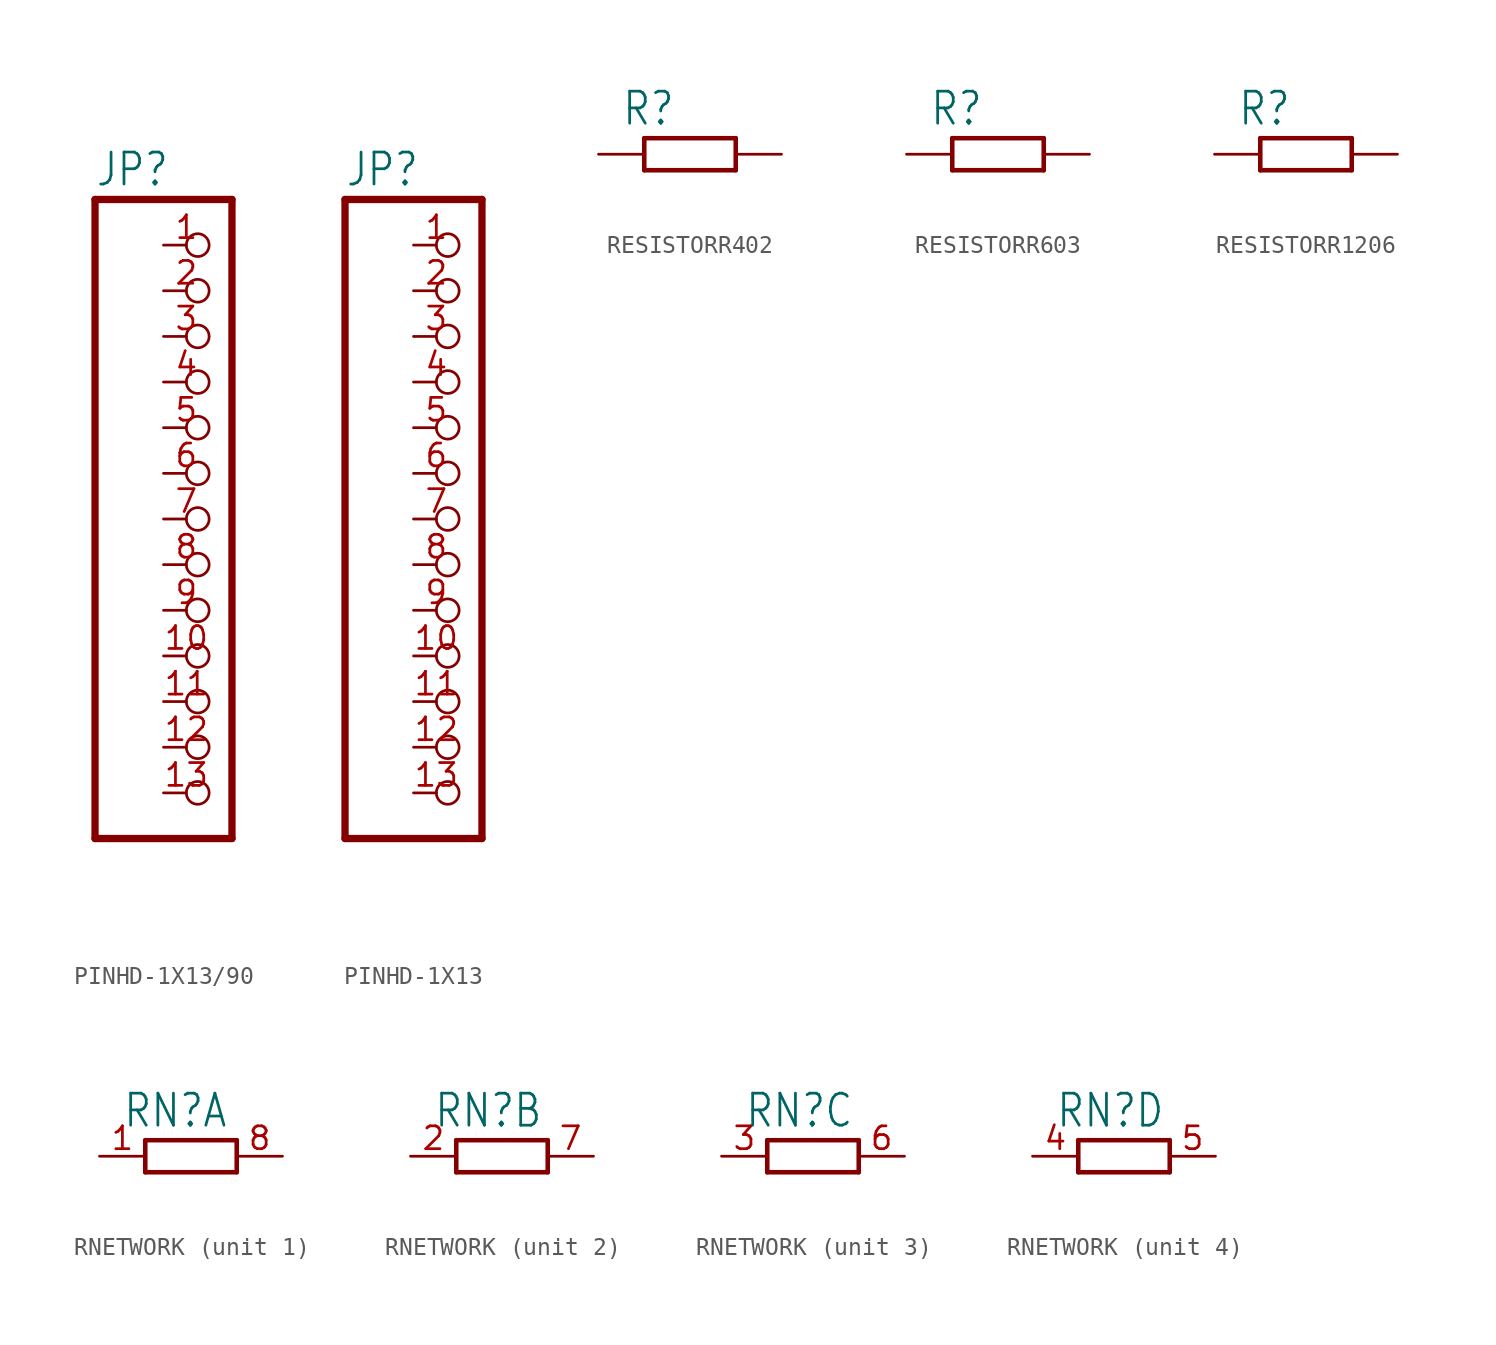
<source format=kicad_sym>
(kicad_symbol_lib
  (version 20220914)
  (generator kicad_symbol_editor)
  (symbol "PINHD-1X13/90"
    (property "Reference" "JP"
      (at -6.35 18.415 0)
      (effects (font (size 1.778 1.511)) (justify left bottom)))
    (property "Value" ""
      (at -6.35 -20.32 0)
      (effects (font (size 1.778 1.511)) (justify left bottom)))
    (property "ki_locked" ""
      (at 0 0 0)
      (effects (font (size 1.27 1.27))))
    (symbol "PINHD-1X13/90_1_0"
      (polyline (pts (xy -6.35 -17.78) (xy 1.27 -17.78)) (stroke (width 0.406) (type solid)) (fill (type none)))
      (polyline (pts (xy -6.35 17.78) (xy -6.35 -17.78)) (stroke (width 0.406) (type solid)) (fill (type none)))
      (polyline (pts (xy 1.27 -17.78) (xy 1.27 17.78)) (stroke (width 0.406) (type solid)) (fill (type none)))
      (polyline (pts (xy 1.27 17.78) (xy -6.35 17.78)) (stroke (width 0.406) (type solid)) (fill (type none)))
      (pin passive inverted (at -2.54 15.24 0) (length 2.54) (name "1" (effects (font (size 0 0)))) (number "1" (effects (font (size 1.27 1.27)))))
      (pin passive inverted (at -2.54 -7.62 0) (length 2.54) (name "10" (effects (font (size 0 0)))) (number "10" (effects (font (size 1.27 1.27)))))
      (pin passive inverted (at -2.54 -10.16 0) (length 2.54) (name "11" (effects (font (size 0 0)))) (number "11" (effects (font (size 1.27 1.27)))))
      (pin passive inverted (at -2.54 -12.7 0) (length 2.54) (name "12" (effects (font (size 0 0)))) (number "12" (effects (font (size 1.27 1.27)))))
      (pin passive inverted (at -2.54 -15.24 0) (length 2.54) (name "13" (effects (font (size 0 0)))) (number "13" (effects (font (size 1.27 1.27)))))
      (pin passive inverted (at -2.54 12.7 0) (length 2.54) (name "2" (effects (font (size 0 0)))) (number "2" (effects (font (size 1.27 1.27)))))
      (pin passive inverted (at -2.54 10.16 0) (length 2.54) (name "3" (effects (font (size 0 0)))) (number "3" (effects (font (size 1.27 1.27)))))
      (pin passive inverted (at -2.54 7.62 0) (length 2.54) (name "4" (effects (font (size 0 0)))) (number "4" (effects (font (size 1.27 1.27)))))
      (pin passive inverted (at -2.54 5.08 0) (length 2.54) (name "5" (effects (font (size 0 0)))) (number "5" (effects (font (size 1.27 1.27)))))
      (pin passive inverted (at -2.54 2.54 0) (length 2.54) (name "6" (effects (font (size 0 0)))) (number "6" (effects (font (size 1.27 1.27)))))
      (pin passive inverted (at -2.54 0 0) (length 2.54) (name "7" (effects (font (size 0 0)))) (number "7" (effects (font (size 1.27 1.27)))))
      (pin passive inverted (at -2.54 -2.54 0) (length 2.54) (name "8" (effects (font (size 0 0)))) (number "8" (effects (font (size 1.27 1.27)))))
      (pin passive inverted (at -2.54 -5.08 0) (length 2.54) (name "9" (effects (font (size 0 0)))) (number "9" (effects (font (size 1.27 1.27)))))))
  (symbol "PINHD-1X13"
    (property "Reference" "JP"
      (at -6.35 18.415 0)
      (effects (font (size 1.778 1.511)) (justify left bottom)))
    (property "Value" ""
      (at -6.35 -20.32 0)
      (effects (font (size 1.778 1.511)) (justify left bottom)))
    (property "ki_locked" ""
      (at 0 0 0)
      (effects (font (size 1.27 1.27))))
    (symbol "PINHD-1X13_1_0"
      (polyline (pts (xy -6.35 -17.78) (xy 1.27 -17.78)) (stroke (width 0.406) (type solid)) (fill (type none)))
      (polyline (pts (xy -6.35 17.78) (xy -6.35 -17.78)) (stroke (width 0.406) (type solid)) (fill (type none)))
      (polyline (pts (xy 1.27 -17.78) (xy 1.27 17.78)) (stroke (width 0.406) (type solid)) (fill (type none)))
      (polyline (pts (xy 1.27 17.78) (xy -6.35 17.78)) (stroke (width 0.406) (type solid)) (fill (type none)))
      (pin passive inverted (at -2.54 15.24 0) (length 2.54) (name "1" (effects (font (size 0 0)))) (number "1" (effects (font (size 1.27 1.27)))))
      (pin passive inverted (at -2.54 -7.62 0) (length 2.54) (name "10" (effects (font (size 0 0)))) (number "10" (effects (font (size 1.27 1.27)))))
      (pin passive inverted (at -2.54 -10.16 0) (length 2.54) (name "11" (effects (font (size 0 0)))) (number "11" (effects (font (size 1.27 1.27)))))
      (pin passive inverted (at -2.54 -12.7 0) (length 2.54) (name "12" (effects (font (size 0 0)))) (number "12" (effects (font (size 1.27 1.27)))))
      (pin passive inverted (at -2.54 -15.24 0) (length 2.54) (name "13" (effects (font (size 0 0)))) (number "13" (effects (font (size 1.27 1.27)))))
      (pin passive inverted (at -2.54 12.7 0) (length 2.54) (name "2" (effects (font (size 0 0)))) (number "2" (effects (font (size 1.27 1.27)))))
      (pin passive inverted (at -2.54 10.16 0) (length 2.54) (name "3" (effects (font (size 0 0)))) (number "3" (effects (font (size 1.27 1.27)))))
      (pin passive inverted (at -2.54 7.62 0) (length 2.54) (name "4" (effects (font (size 0 0)))) (number "4" (effects (font (size 1.27 1.27)))))
      (pin passive inverted (at -2.54 5.08 0) (length 2.54) (name "5" (effects (font (size 0 0)))) (number "5" (effects (font (size 1.27 1.27)))))
      (pin passive inverted (at -2.54 2.54 0) (length 2.54) (name "6" (effects (font (size 0 0)))) (number "6" (effects (font (size 1.27 1.27)))))
      (pin passive inverted (at -2.54 0 0) (length 2.54) (name "7" (effects (font (size 0 0)))) (number "7" (effects (font (size 1.27 1.27)))))
      (pin passive inverted (at -2.54 -2.54 0) (length 2.54) (name "8" (effects (font (size 0 0)))) (number "8" (effects (font (size 1.27 1.27)))))
      (pin passive inverted (at -2.54 -5.08 0) (length 2.54) (name "9" (effects (font (size 0 0)))) (number "9" (effects (font (size 1.27 1.27)))))))
  (symbol "RESISTORR402"
    (property "Reference" "R"
      (at -3.81 1.499 0)
      (effects (font (size 1.778 1.511)) (justify left bottom)))
    (property "Value" ""
      (at -3.81 -3.302 0)
      (effects (font (size 1.778 1.511)) (justify left bottom)))
    (property "ki_locked" ""
      (at 0 0 0)
      (effects (font (size 1.27 1.27))))
    (symbol "RESISTORR402_1_0"
      (polyline (pts (xy -2.54 -0.889) (xy -2.54 0.889)) (stroke (width 0.254) (type solid)) (fill (type none)))
      (polyline (pts (xy -2.54 -0.889) (xy 2.54 -0.889)) (stroke (width 0.254) (type solid)) (fill (type none)))
      (polyline (pts (xy 2.54 -0.889) (xy 2.54 0.889)) (stroke (width 0.254) (type solid)) (fill (type none)))
      (polyline (pts (xy 2.54 0.889) (xy -2.54 0.889)) (stroke (width 0.254) (type solid)) (fill (type none)))
      (pin passive line (at -5.08 0 0) (length 2.54) (name "1" (effects (font (size 0 0)))) (number "1" (effects (font (size 0 0)))))
      (pin passive line (at 5.08 0 180) (length 2.54) (name "2" (effects (font (size 0 0)))) (number "2" (effects (font (size 0 0)))))))
  (symbol "RESISTORR603"
    (property "Reference" "R"
      (at -3.81 1.499 0)
      (effects (font (size 1.778 1.511)) (justify left bottom)))
    (property "Value" ""
      (at -3.81 -3.302 0)
      (effects (font (size 1.778 1.511)) (justify left bottom)))
    (property "ki_locked" ""
      (at 0 0 0)
      (effects (font (size 1.27 1.27))))
    (symbol "RESISTORR603_1_0"
      (polyline (pts (xy -2.54 -0.889) (xy -2.54 0.889)) (stroke (width 0.254) (type solid)) (fill (type none)))
      (polyline (pts (xy -2.54 -0.889) (xy 2.54 -0.889)) (stroke (width 0.254) (type solid)) (fill (type none)))
      (polyline (pts (xy 2.54 -0.889) (xy 2.54 0.889)) (stroke (width 0.254) (type solid)) (fill (type none)))
      (polyline (pts (xy 2.54 0.889) (xy -2.54 0.889)) (stroke (width 0.254) (type solid)) (fill (type none)))
      (pin passive line (at -5.08 0 0) (length 2.54) (name "1" (effects (font (size 0 0)))) (number "1" (effects (font (size 0 0)))))
      (pin passive line (at 5.08 0 180) (length 2.54) (name "2" (effects (font (size 0 0)))) (number "2" (effects (font (size 0 0)))))))
  (symbol "RESISTORR1206"
    (property "Reference" "R"
      (at -3.81 1.499 0)
      (effects (font (size 1.778 1.511)) (justify left bottom)))
    (property "Value" ""
      (at -3.81 -3.302 0)
      (effects (font (size 1.778 1.511)) (justify left bottom)))
    (property "ki_locked" ""
      (at 0 0 0)
      (effects (font (size 1.27 1.27))))
    (symbol "RESISTORR1206_1_0"
      (polyline (pts (xy -2.54 -0.889) (xy -2.54 0.889)) (stroke (width 0.254) (type solid)) (fill (type none)))
      (polyline (pts (xy -2.54 -0.889) (xy 2.54 -0.889)) (stroke (width 0.254) (type solid)) (fill (type none)))
      (polyline (pts (xy 2.54 -0.889) (xy 2.54 0.889)) (stroke (width 0.254) (type solid)) (fill (type none)))
      (polyline (pts (xy 2.54 0.889) (xy -2.54 0.889)) (stroke (width 0.254) (type solid)) (fill (type none)))
      (pin passive line (at -5.08 0 0) (length 2.54) (name "1" (effects (font (size 0 0)))) (number "1" (effects (font (size 0 0)))))
      (pin passive line (at 5.08 0 180) (length 2.54) (name "2" (effects (font (size 0 0)))) (number "2" (effects (font (size 0 0)))))))
  (symbol "RNETWORK"
    (property "Reference" "RN"
      (at -3.81 1.499 0)
      (effects (font (size 1.778 1.511)) (justify left bottom)))
    (property "Value" ""
      (at -3.81 -3.302 0)
      (effects (font (size 1.778 1.511)) (justify left bottom)))
    (property "ki_locked" ""
      (at 0 0 0)
      (effects (font (size 1.27 1.27))))
    (symbol "RNETWORK_1_0"
      (polyline (pts (xy -2.54 -0.889) (xy -2.54 0.889)) (stroke (width 0.254) (type solid)) (fill (type none)))
      (polyline (pts (xy -2.54 -0.889) (xy 2.54 -0.889)) (stroke (width 0.254) (type solid)) (fill (type none)))
      (polyline (pts (xy 2.54 -0.889) (xy 2.54 0.889)) (stroke (width 0.254) (type solid)) (fill (type none)))
      (polyline (pts (xy 2.54 0.889) (xy -2.54 0.889)) (stroke (width 0.254) (type solid)) (fill (type none)))
      (pin passive line (at -5.08 0 0) (length 2.54) (name "1" (effects (font (size 0 0)))) (number "1" (effects (font (size 1.27 1.27)))))
      (pin passive line (at 5.08 0 180) (length 2.54) (name "2" (effects (font (size 0 0)))) (number "8" (effects (font (size 1.27 1.27))))))
    (symbol "RNETWORK_2_0"
      (polyline (pts (xy -2.54 -0.889) (xy -2.54 0.889)) (stroke (width 0.254) (type solid)) (fill (type none)))
      (polyline (pts (xy -2.54 -0.889) (xy 2.54 -0.889)) (stroke (width 0.254) (type solid)) (fill (type none)))
      (polyline (pts (xy 2.54 -0.889) (xy 2.54 0.889)) (stroke (width 0.254) (type solid)) (fill (type none)))
      (polyline (pts (xy 2.54 0.889) (xy -2.54 0.889)) (stroke (width 0.254) (type solid)) (fill (type none)))
      (pin passive line (at -5.08 0 0) (length 2.54) (name "1" (effects (font (size 0 0)))) (number "2" (effects (font (size 1.27 1.27)))))
      (pin passive line (at 5.08 0 180) (length 2.54) (name "2" (effects (font (size 0 0)))) (number "7" (effects (font (size 1.27 1.27))))))
    (symbol "RNETWORK_3_0"
      (polyline (pts (xy -2.54 -0.889) (xy -2.54 0.889)) (stroke (width 0.254) (type solid)) (fill (type none)))
      (polyline (pts (xy -2.54 -0.889) (xy 2.54 -0.889)) (stroke (width 0.254) (type solid)) (fill (type none)))
      (polyline (pts (xy 2.54 -0.889) (xy 2.54 0.889)) (stroke (width 0.254) (type solid)) (fill (type none)))
      (polyline (pts (xy 2.54 0.889) (xy -2.54 0.889)) (stroke (width 0.254) (type solid)) (fill (type none)))
      (pin passive line (at -5.08 0 0) (length 2.54) (name "1" (effects (font (size 0 0)))) (number "3" (effects (font (size 1.27 1.27)))))
      (pin passive line (at 5.08 0 180) (length 2.54) (name "2" (effects (font (size 0 0)))) (number "6" (effects (font (size 1.27 1.27))))))
    (symbol "RNETWORK_4_0"
      (polyline (pts (xy -2.54 -0.889) (xy -2.54 0.889)) (stroke (width 0.254) (type solid)) (fill (type none)))
      (polyline (pts (xy -2.54 -0.889) (xy 2.54 -0.889)) (stroke (width 0.254) (type solid)) (fill (type none)))
      (polyline (pts (xy 2.54 -0.889) (xy 2.54 0.889)) (stroke (width 0.254) (type solid)) (fill (type none)))
      (polyline (pts (xy 2.54 0.889) (xy -2.54 0.889)) (stroke (width 0.254) (type solid)) (fill (type none)))
      (pin passive line (at -5.08 0 0) (length 2.54) (name "1" (effects (font (size 0 0)))) (number "4" (effects (font (size 1.27 1.27)))))
      (pin passive line (at 5.08 0 180) (length 2.54) (name "2" (effects (font (size 0 0)))) (number "5" (effects (font (size 1.27 1.27))))))))
</source>
